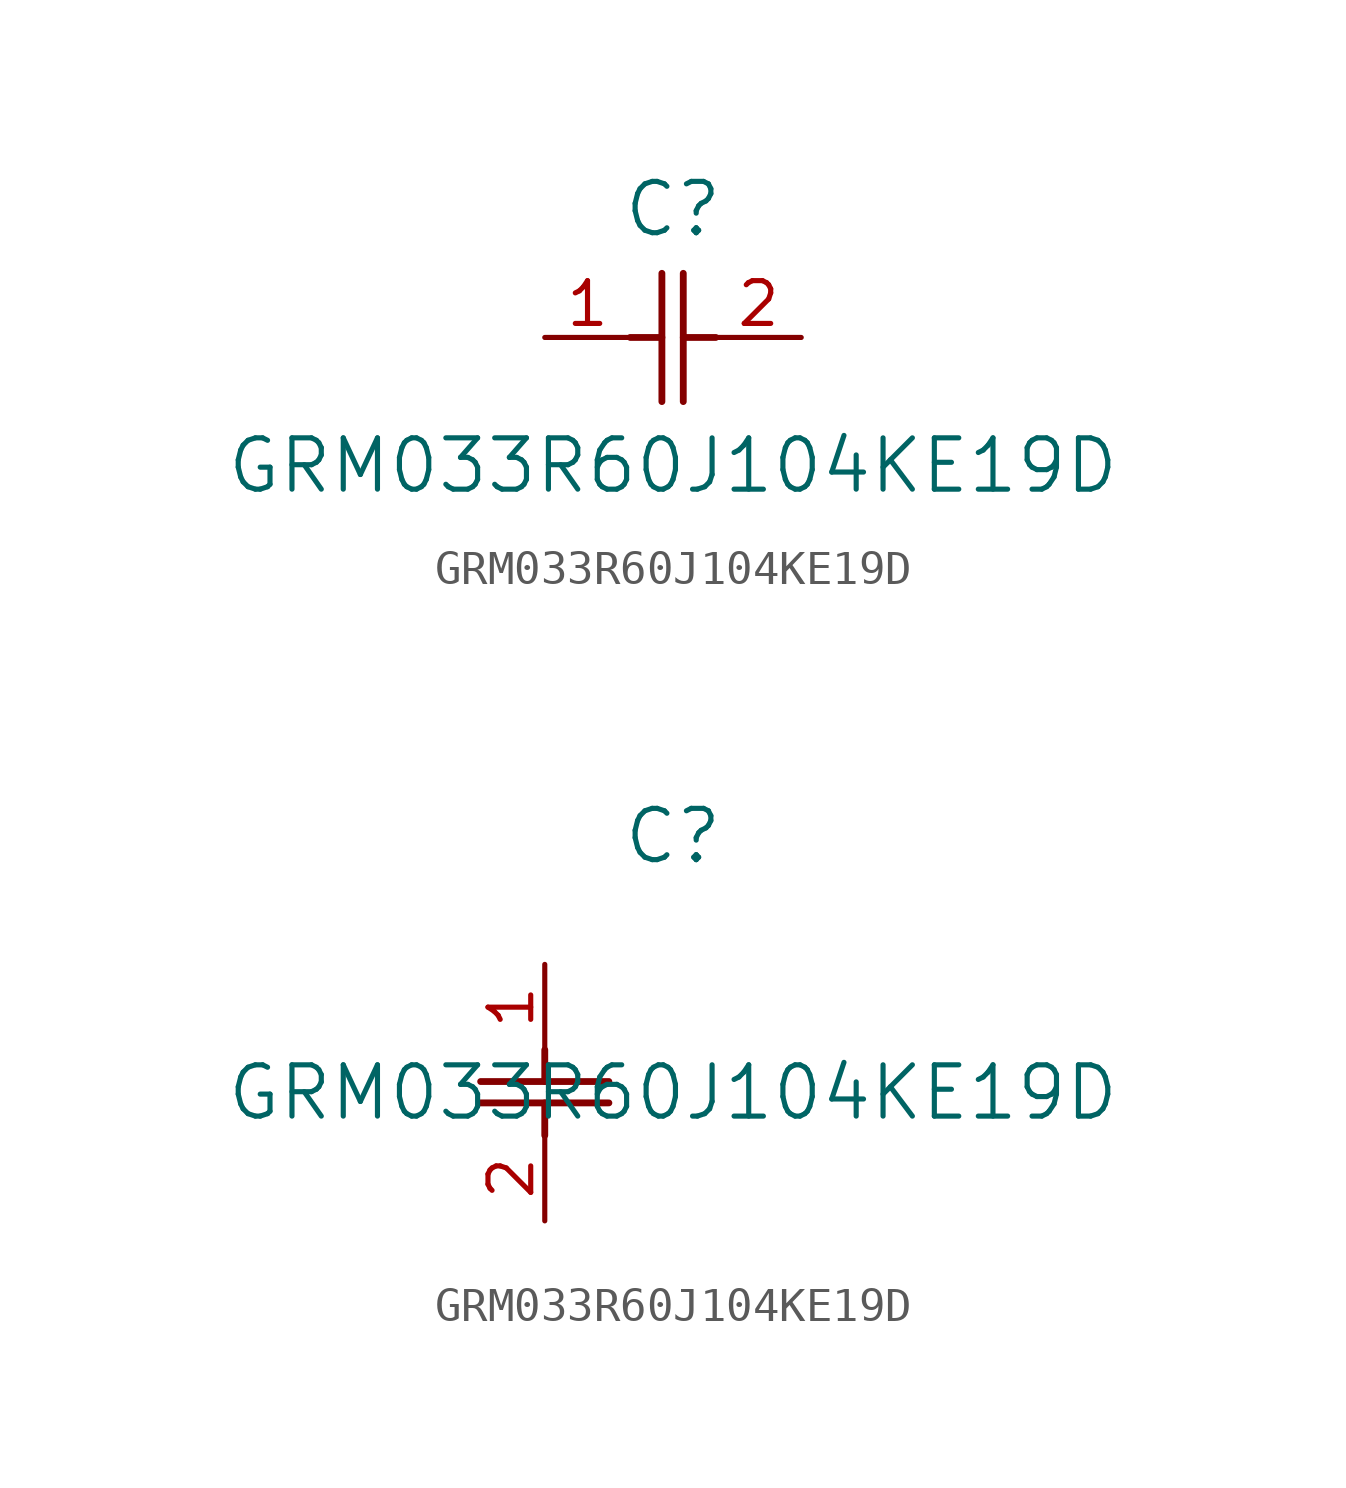
<source format=kicad_sym>
(kicad_symbol_lib
  (version 20211014)
  (generator kicad_symbol_editor)
  (symbol "GRM033R60J104KE19D"
    (pin_names
      (offset 0.254))
    (property "Reference" "C"
      (at 3.81 3.81 0)
      (effects (font (size 1.524 1.524))))
    (property "Value" "GRM033R60J104KE19D"
      (at 3.81 -3.81 0)
      (effects (font (size 1.524 1.524))))
    (symbol "GRM033R60J104KE19D_1_1"
      (polyline (pts (xy 3.48 -1.905) (xy 3.48 1.905)) (stroke (width 0.203) (type default) (color 0 0 0 0)) (fill (type none)))
      (polyline (pts (xy 4.115 -1.905) (xy 4.115 1.905)) (stroke (width 0.203) (type default) (color 0 0 0 0)) (fill (type none)))
      (polyline (pts (xy 4.115 0) (xy 5.08 0)) (stroke (width 0.203) (type default) (color 0 0 0 0)) (fill (type none)))
      (polyline (pts (xy 2.54 0) (xy 3.48 0)) (stroke (width 0.203) (type default) (color 0 0 0 0)) (fill (type none)))
      (pin unspecified line (at 0 0 0) (length 2.54) (name "" (effects (font (size 1.27 1.27)))) (number "1" (effects (font (size 1.27 1.27)))))
      (pin unspecified line (at 7.62 0 180) (length 2.54) (name "" (effects (font (size 1.27 1.27)))) (number "2" (effects (font (size 1.27 1.27))))))
    (symbol "GRM033R60J104KE19D_1_2"
      (polyline (pts (xy -1.905 -3.48) (xy 1.905 -3.48)) (stroke (width 0.203) (type default) (color 0 0 0 0)) (fill (type none)))
      (polyline (pts (xy -1.905 -4.115) (xy 1.905 -4.115)) (stroke (width 0.203) (type default) (color 0 0 0 0)) (fill (type none)))
      (polyline (pts (xy 0 -4.115) (xy 0 -5.08)) (stroke (width 0.203) (type default) (color 0 0 0 0)) (fill (type none)))
      (polyline (pts (xy 0 -2.54) (xy 0 -3.48)) (stroke (width 0.203) (type default) (color 0 0 0 0)) (fill (type none)))
      (pin unspecified line (at 0 0 270) (length 2.54) (name "" (effects (font (size 1.27 1.27)))) (number "1" (effects (font (size 1.27 1.27)))))
      (pin unspecified line (at 0 -7.62 90) (length 2.54) (name "" (effects (font (size 1.27 1.27)))) (number "2" (effects (font (size 1.27 1.27))))))))
</source>
